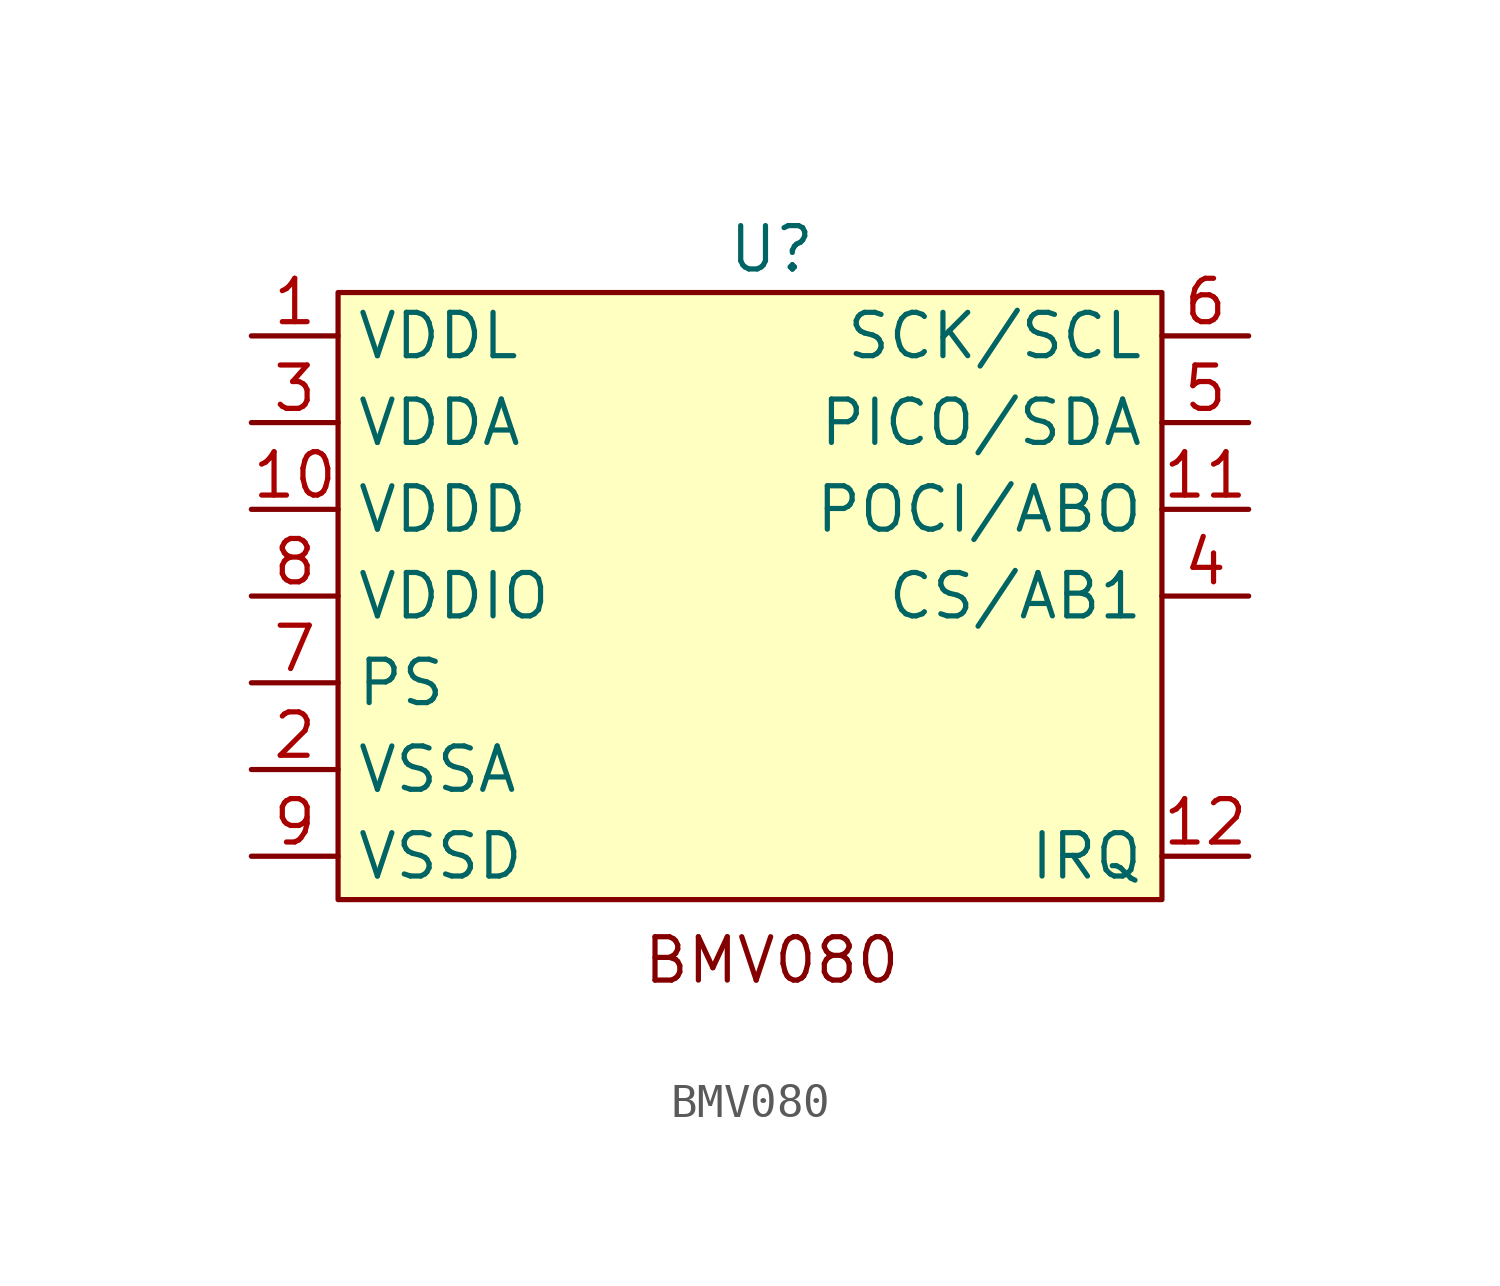
<source format=kicad_sym>
(kicad_symbol_lib
  (version 20241209)
  (generator "kicad_symbol_editor")
  (generator_version "9.0")
  (symbol "BMV080"
    (property "Reference" "U"
      (at 0 8.89 0)
      (effects (font (size 1.27 1.27))))
    (property "Value" ""
      (at 0 0 0)
      (effects (font (size 1.27 1.27))))
    (symbol "BMV080_1_1"
      (rectangle (start -12.7 7.62) (end 11.43 -10.16) (stroke (width 0) (type solid)) (fill (type background)))
      (text "BMV080" (at 0 -11.938 0) (effects (font (size 1.27 1.27))))
      (pin power_in line (at -15.24 6.35 0) (length 2.54) (name "VDDL" (effects (font (size 1.27 1.27)))) (number "1" (effects (font (size 1.27 1.27)))))
      (pin power_in line (at -15.24 3.81 0) (length 2.54) (name "VDDA" (effects (font (size 1.27 1.27)))) (number "3" (effects (font (size 1.27 1.27)))))
      (pin power_in line (at -15.24 1.27 0) (length 2.54) (name "VDDD" (effects (font (size 1.27 1.27)))) (number "10" (effects (font (size 1.27 1.27)))))
      (pin power_in line (at -15.24 -1.27 0) (length 2.54) (name "VDDIO" (effects (font (size 1.27 1.27)))) (number "8" (effects (font (size 1.27 1.27)))))
      (pin power_in line (at -15.24 -3.81 0) (length 2.54) (name "PS" (effects (font (size 1.27 1.27)))) (number "7" (effects (font (size 1.27 1.27)))))
      (pin power_in line (at -15.24 -6.35 0) (length 2.54) (name "VSSA" (effects (font (size 1.27 1.27)))) (number "2" (effects (font (size 1.27 1.27)))))
      (pin power_in line (at -15.24 -8.89 0) (length 2.54) (name "VSSD" (effects (font (size 1.27 1.27)))) (number "9" (effects (font (size 1.27 1.27)))))
      (pin input line (at 13.97 6.35 180) (length 2.54) (name "SCK/SCL" (effects (font (size 1.27 1.27)))) (number "6" (effects (font (size 1.27 1.27)))))
      (pin input line (at 13.97 3.81 180) (length 2.54) (name "PICO/SDA" (effects (font (size 1.27 1.27)))) (number "5" (effects (font (size 1.27 1.27)))))
      (pin input line (at 13.97 1.27 180) (length 2.54) (name "POCI/ABO" (effects (font (size 1.27 1.27)))) (number "11" (effects (font (size 1.27 1.27)))))
      (pin input line (at 13.97 -1.27 180) (length 2.54) (name "CS/AB1" (effects (font (size 1.27 1.27)))) (number "4" (effects (font (size 1.27 1.27)))))
      (pin input line (at 13.97 -8.89 180) (length 2.54) (name "IRQ" (effects (font (size 1.27 1.27)))) (number "12" (effects (font (size 1.27 1.27))))))))
</source>
